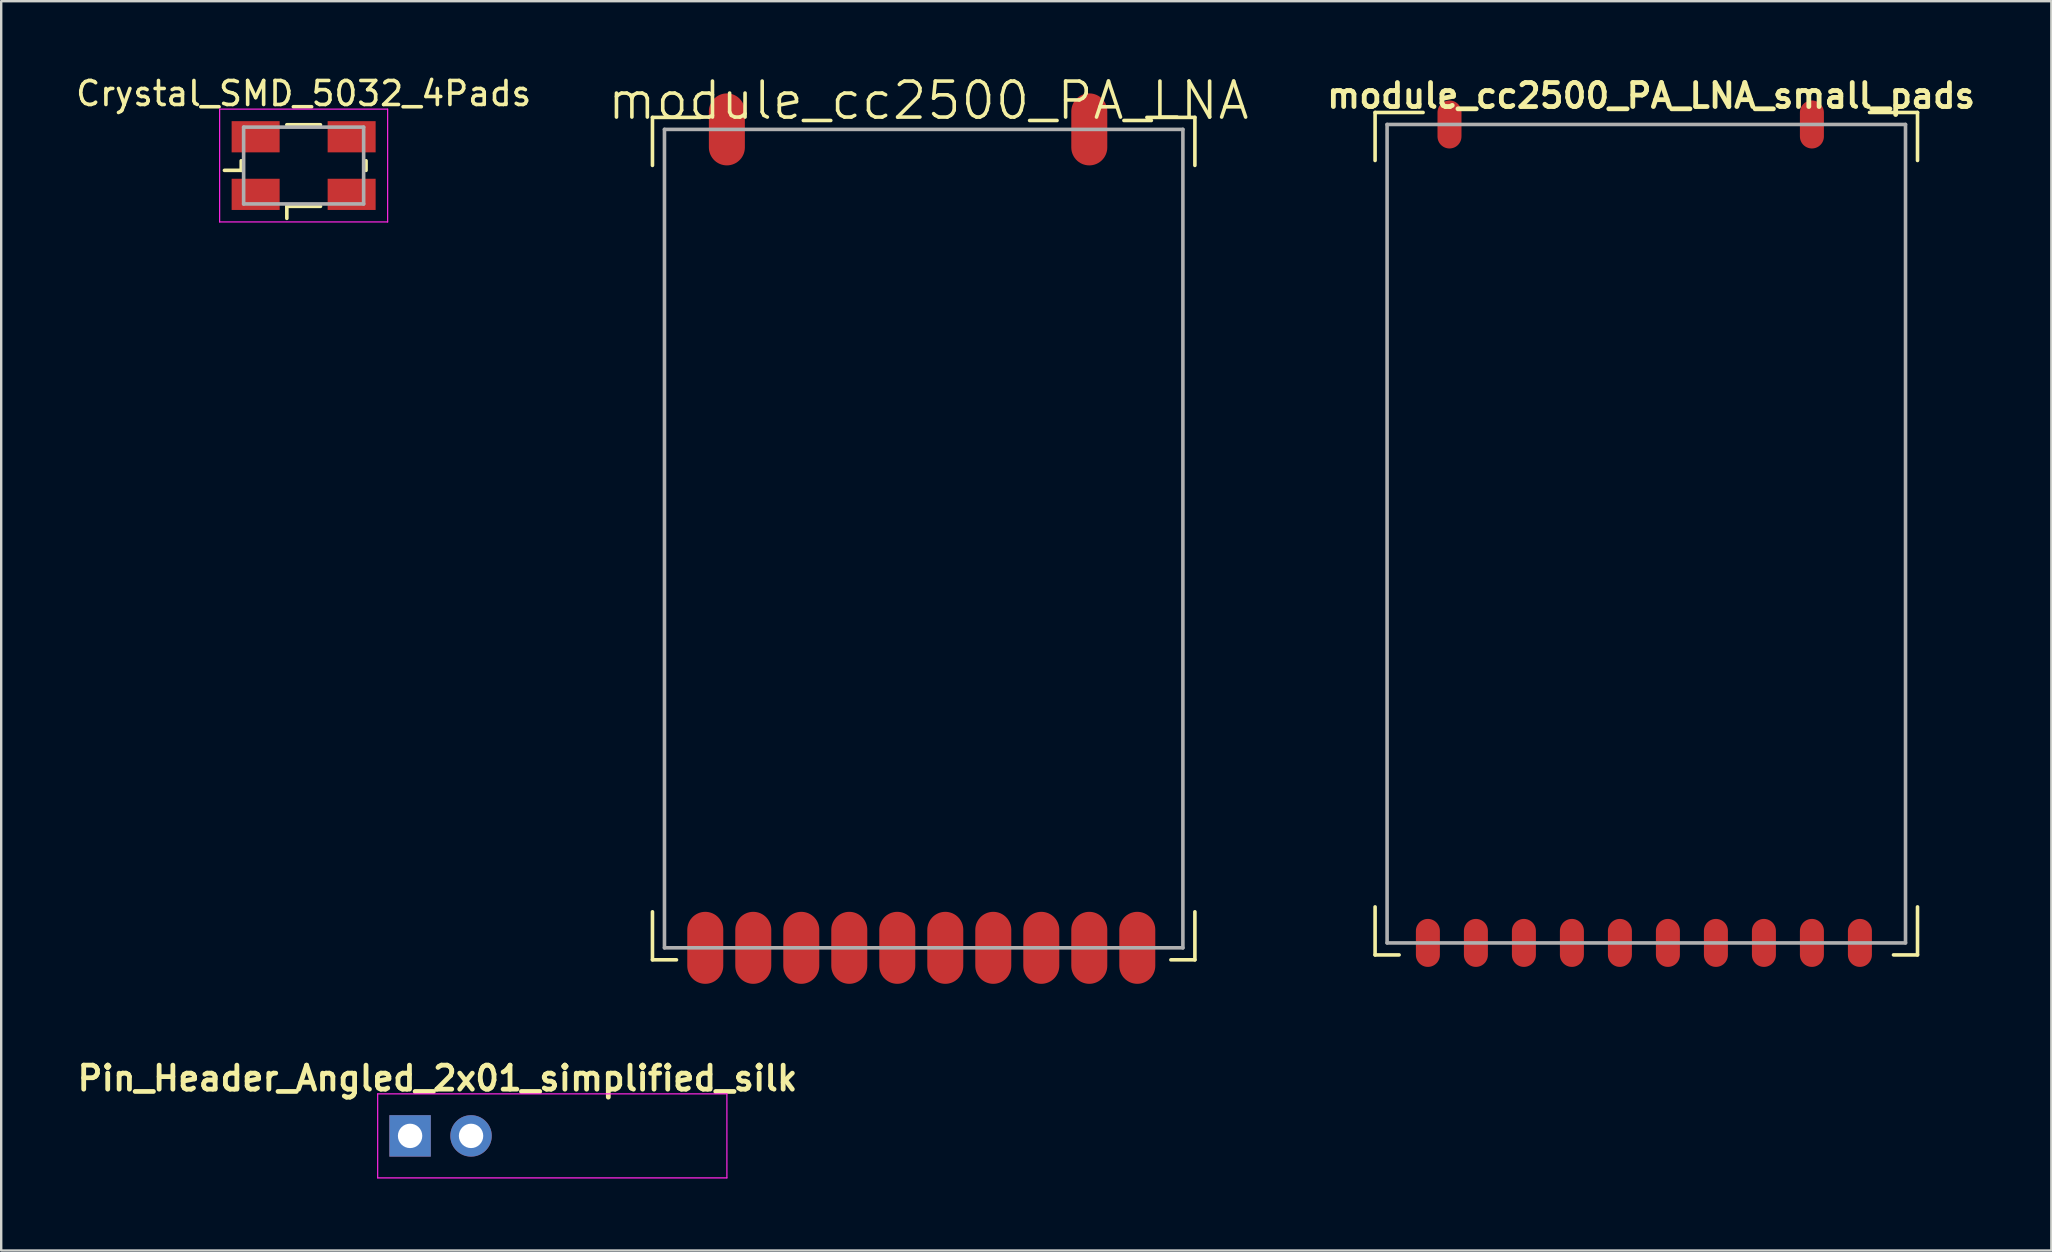
<source format=kicad_pcb>
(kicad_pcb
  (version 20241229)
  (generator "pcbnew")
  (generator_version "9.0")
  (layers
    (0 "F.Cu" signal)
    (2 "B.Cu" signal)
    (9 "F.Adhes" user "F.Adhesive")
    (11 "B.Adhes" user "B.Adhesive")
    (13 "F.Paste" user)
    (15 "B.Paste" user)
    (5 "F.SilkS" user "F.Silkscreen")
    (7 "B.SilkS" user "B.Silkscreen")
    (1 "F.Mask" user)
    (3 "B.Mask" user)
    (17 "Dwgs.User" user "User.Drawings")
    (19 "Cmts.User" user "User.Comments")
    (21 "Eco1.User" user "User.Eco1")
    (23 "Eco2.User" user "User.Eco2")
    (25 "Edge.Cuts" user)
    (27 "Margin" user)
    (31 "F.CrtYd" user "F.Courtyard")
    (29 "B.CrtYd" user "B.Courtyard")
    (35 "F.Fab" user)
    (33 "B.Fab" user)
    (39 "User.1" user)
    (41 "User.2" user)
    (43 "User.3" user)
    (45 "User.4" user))
  (footprint "module_cc2500_PA_LNA_small_pads"
    (layer "F.Cu")
    (at 54.743 2.136)
    (property "Reference" "module_cc2500_PA_LNA_small_pads" (at 11 -1.2 0) (layer "F.SilkS") (effects (font (size 1 1) (thickness 0.2))))
    (attr exclude_from_pos_files exclude_from_bom)
    (fp_line (start -0.5 -0.5) (end -0.5 1.5) (stroke (width 0.15) (type solid)) (layer "F.SilkS"))
    (fp_line (start -0.5 32.6) (end -0.5 34.6) (stroke (width 0.15) (type solid)) (layer "F.SilkS"))
    (fp_line (start -0.5 34.6) (end 0.5 34.6) (stroke (width 0.15) (type solid)) (layer "F.SilkS"))
    (fp_line (start 1.5 -0.5) (end -0.5 -0.5) (stroke (width 0.15) (type solid)) (layer "F.SilkS"))
    (fp_line (start 20.1 -0.5) (end 22.1 -0.5) (stroke (width 0.15) (type solid)) (layer "F.SilkS"))
    (fp_line (start 22.1 -0.5) (end 22.1 1.5) (stroke (width 0.15) (type solid)) (layer "F.SilkS"))
    (fp_line (start 22.1 32.6) (end 22.1 34.6) (stroke (width 0.15) (type solid)) (layer "F.SilkS"))
    (fp_line (start 22.1 34.6) (end 21.1 34.6) (stroke (width 0.15) (type solid)) (layer "F.SilkS"))
    (fp_line (start 0 0) (end 0 34.1) (stroke (width 0.15) (type solid)) (layer "F.Fab"))
    (fp_line (start 0 0) (end 21.6 0) (stroke (width 0.15) (type solid)) (layer "F.Fab"))
    (fp_line (start 0 34.1) (end 21.6 34.1) (stroke (width 0.15) (type solid)) (layer "F.Fab"))
    (fp_line (start 21.6 0) (end 21.6 34.1) (stroke (width 0.15) (type solid)) (layer "F.Fab"))
    (pad "1" smd oval (at 1.7 34.1) (size 1 2) (layers "F.Cu" "F.Mask" "F.Paste"))
    (pad "2" smd oval (at 3.7 34.1) (size 1 2) (layers "F.Cu" "F.Mask" "F.Paste"))
    (pad "3" smd oval (at 5.7 34.1) (size 1 2) (layers "F.Cu" "F.Mask" "F.Paste"))
    (pad "4" smd oval (at 7.7 34.1) (size 1 2) (layers "F.Cu" "F.Mask" "F.Paste"))
    (pad "5" smd oval (at 9.7 34.1) (size 1 2) (layers "F.Cu" "F.Mask" "F.Paste"))
    (pad "6" smd oval (at 11.7 34.1) (size 1 2) (layers "F.Cu" "F.Mask" "F.Paste"))
    (pad "7" smd oval (at 13.7 34.1) (size 1 2) (layers "F.Cu" "F.Mask" "F.Paste"))
    (pad "8" smd oval (at 15.7 34.1) (size 1 2) (layers "F.Cu" "F.Mask" "F.Paste"))
    (pad "9" smd oval (at 17.7 34.1) (size 1 2) (layers "F.Cu" "F.Mask" "F.Paste"))
    (pad "10" smd oval (at 19.7 34.1) (size 1 2) (layers "F.Cu" "F.Mask" "F.Paste"))
    (pad "11" smd oval (at 17.7 0) (size 1 2) (layers "F.Cu" "F.Mask" "F.Paste"))
    (pad "12" smd oval (at 2.6 0) (size 1 2) (layers "F.Cu" "F.Mask" "F.Paste")))
  (footprint "module_cc2500_PA_LNA"
    (layer "F.Cu")
    (at 24.635 2.341)
    (property "Reference" "module_cc2500_PA_LNA" (at 11 -1.2 0) (layer "F.SilkS") (effects (font (size 1.5 1.5) (thickness 0.15))))
    (attr exclude_from_pos_files exclude_from_bom)
    (fp_line (start -0.5 -0.5) (end -0.5 1.5) (stroke (width 0.15) (type solid)) (layer "F.SilkS"))
    (fp_line (start -0.5 32.6) (end -0.5 34.6) (stroke (width 0.15) (type solid)) (layer "F.SilkS"))
    (fp_line (start -0.5 34.6) (end 0.5 34.6) (stroke (width 0.15) (type solid)) (layer "F.SilkS"))
    (fp_line (start 1.5 -0.5) (end -0.5 -0.5) (stroke (width 0.15) (type solid)) (layer "F.SilkS"))
    (fp_line (start 20.1 -0.5) (end 22.1 -0.5) (stroke (width 0.15) (type solid)) (layer "F.SilkS"))
    (fp_line (start 22.1 -0.5) (end 22.1 1.5) (stroke (width 0.15) (type solid)) (layer "F.SilkS"))
    (fp_line (start 22.1 32.6) (end 22.1 34.6) (stroke (width 0.15) (type solid)) (layer "F.SilkS"))
    (fp_line (start 22.1 34.6) (end 21.1 34.6) (stroke (width 0.15) (type solid)) (layer "F.SilkS"))
    (fp_line (start 0 0) (end 0 34.1) (stroke (width 0.15) (type solid)) (layer "F.Fab"))
    (fp_line (start 0 0) (end 21.6 0) (stroke (width 0.15) (type solid)) (layer "F.Fab"))
    (fp_line (start 0 34.1) (end 21.6 34.1) (stroke (width 0.15) (type solid)) (layer "F.Fab"))
    (fp_line (start 21.6 0) (end 21.6 34.1) (stroke (width 0.15) (type solid)) (layer "F.Fab"))
    (pad "1" smd oval (at 1.7 34.1) (size 1.5 3) (layers "F.Cu" "F.Mask" "F.Paste"))
    (pad "2" smd oval (at 3.7 34.1) (size 1.5 3) (layers "F.Cu" "F.Mask" "F.Paste"))
    (pad "3" smd oval (at 5.7 34.1) (size 1.5 3) (layers "F.Cu" "F.Mask" "F.Paste"))
    (pad "4" smd oval (at 7.7 34.1) (size 1.5 3) (layers "F.Cu" "F.Mask" "F.Paste"))
    (pad "5" smd oval (at 9.7 34.1) (size 1.5 3) (layers "F.Cu" "F.Mask" "F.Paste"))
    (pad "6" smd oval (at 11.7 34.1) (size 1.5 3) (layers "F.Cu" "F.Mask" "F.Paste"))
    (pad "7" smd oval (at 13.7 34.1) (size 1.5 3) (layers "F.Cu" "F.Mask" "F.Paste"))
    (pad "8" smd oval (at 15.7 34.1) (size 1.5 3) (layers "F.Cu" "F.Mask" "F.Paste"))
    (pad "9" smd oval (at 17.7 34.1) (size 1.5 3) (layers "F.Cu" "F.Mask" "F.Paste"))
    (pad "10" smd oval (at 19.7 34.1) (size 1.5 3) (layers "F.Cu" "F.Mask" "F.Paste"))
    (pad "11" smd oval (at 17.7 0) (size 1.5 3) (layers "F.Cu" "F.Mask" "F.Paste"))
    (pad "12" smd oval (at 2.6 0) (size 1.5 3) (layers "F.Cu" "F.Mask" "F.Paste")))
  (footprint "Crystal_SMD_5032_4Pads"
    (layer "F.Cu")
    (at 9.601 3.848)
    (property "Reference" "Crystal_SMD_5032_4Pads" (at 0 -3 0) (layer "F.SilkS") (effects (font (size 1 1) (thickness 0.15))))
    (attr smd)
    (fp_line (start -2.6 0.2) (end -3.3 0.2) (stroke (width 0.15) (type solid)) (layer "F.SilkS"))
    (fp_line (start -2.6 0.2) (end -2.6 -0.2) (stroke (width 0.15) (type solid)) (layer "F.SilkS"))
    (fp_line (start -0.701 -1.7) (end 0.701 -1.7) (stroke (width 0.15) (type solid)) (layer "F.SilkS"))
    (fp_line (start -0.7 1.7) (end -0.7 2.2) (stroke (width 0.15) (type solid)) (layer "F.SilkS"))
    (fp_line (start 0.702 1.7) (end -0.7 1.7) (stroke (width 0.15) (type solid)) (layer "F.SilkS"))
    (fp_line (start 2.6 0.2) (end 2.6 -0.2) (stroke (width 0.15) (type solid)) (layer "F.SilkS"))
    (fp_line (start -3.5 -2.35) (end -3.5 2.35) (stroke (width 0.05) (type solid)) (layer "F.CrtYd"))
    (fp_line (start -3.5 2.35) (end 3.5 2.35) (stroke (width 0.05) (type solid)) (layer "F.CrtYd"))
    (fp_line (start 3.5 -2.35) (end -3.5 -2.35) (stroke (width 0.05) (type solid)) (layer "F.CrtYd"))
    (fp_line (start 3.5 2.35) (end 3.5 -2.35) (stroke (width 0.05) (type solid)) (layer "F.CrtYd"))
    (fp_line (start -2.5 -1.6) (end -2.5 1.6) (stroke (width 0.15) (type solid)) (layer "F.Fab"))
    (fp_line (start -2.5 1.6) (end 2.5 1.6) (stroke (width 0.15) (type solid)) (layer "F.Fab"))
    (fp_line (start 2.5 -1.6) (end -2.5 -1.6) (stroke (width 0.15) (type solid)) (layer "F.Fab"))
    (fp_line (start 2.5 1.6) (end 2.5 -1.6) (stroke (width 0.15) (type solid)) (layer "F.Fab"))
    (pad "1" smd rect (at -2 1.2) (size 2 1.3) (layers "F.Cu" "F.Mask" "F.Paste"))
    (pad "2" smd rect (at 2 1.2) (size 2 1.3) (layers "F.Cu" "F.Mask" "F.Paste"))
    (pad "3" smd rect (at 2 -1.2) (size 2 1.3) (layers "F.Cu" "F.Mask" "F.Paste"))
    (pad "4" smd rect (at -2 -1.2) (size 2 1.3) (layers "F.Cu" "F.Mask" "F.Paste")))
  (footprint "Pin_Header_Angled_2x01_simplified_silk"
    (layer "F.Cu")
    (at 14.036 44.277)
    (property "Reference" "Pin_Header_Angled_2x01_simplified_silk" (at 1.14 -2.4 0) (layer "F.SilkS") (effects (font (size 1 1) (thickness 0.2))))
    (attr through_hole)
    (fp_line (start -1.35 -1.75) (end -1.35 1.75) (stroke (width 0.05) (type solid)) (layer "F.CrtYd"))
    (fp_line (start -1.35 -1.75) (end 13.2 -1.75) (stroke (width 0.05) (type solid)) (layer "F.CrtYd"))
    (fp_line (start -1.35 1.75) (end 13.2 1.75) (stroke (width 0.05) (type solid)) (layer "F.CrtYd"))
    (fp_line (start 13.2 -1.75) (end 13.2 1.75) (stroke (width 0.05) (type solid)) (layer "F.CrtYd"))
    (pad "1" thru_hole rect (at 0 0) (size 1.727 1.727) (drill 1.016) (layers "*.Cu" "*.Mask"))
    (pad "2" thru_hole oval (at 2.54 0) (size 1.727 1.727) (drill 1.016) (layers "*.Cu" "*.Mask")))
  (gr_rect
    (start -3 -3)
    (end 82.419 49.052)
    (stroke (width 0.1) (type default))
    (fill no)
    (layer "Edge.Cuts")))
</source>
